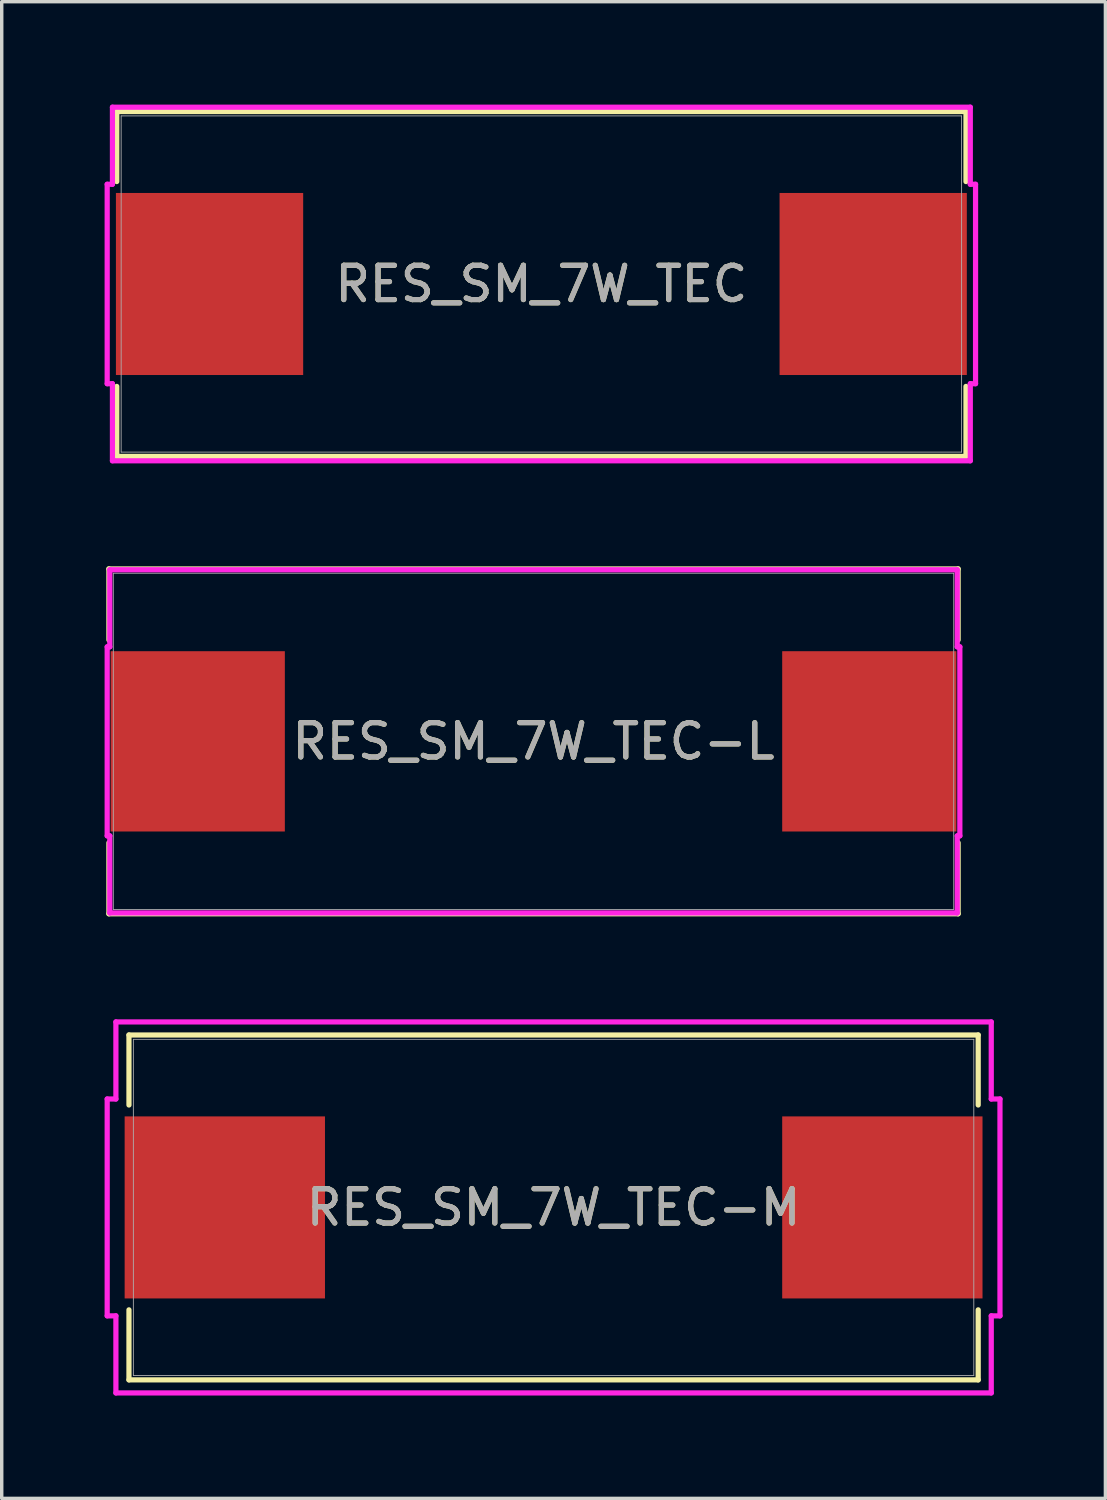
<source format=kicad_pcb>
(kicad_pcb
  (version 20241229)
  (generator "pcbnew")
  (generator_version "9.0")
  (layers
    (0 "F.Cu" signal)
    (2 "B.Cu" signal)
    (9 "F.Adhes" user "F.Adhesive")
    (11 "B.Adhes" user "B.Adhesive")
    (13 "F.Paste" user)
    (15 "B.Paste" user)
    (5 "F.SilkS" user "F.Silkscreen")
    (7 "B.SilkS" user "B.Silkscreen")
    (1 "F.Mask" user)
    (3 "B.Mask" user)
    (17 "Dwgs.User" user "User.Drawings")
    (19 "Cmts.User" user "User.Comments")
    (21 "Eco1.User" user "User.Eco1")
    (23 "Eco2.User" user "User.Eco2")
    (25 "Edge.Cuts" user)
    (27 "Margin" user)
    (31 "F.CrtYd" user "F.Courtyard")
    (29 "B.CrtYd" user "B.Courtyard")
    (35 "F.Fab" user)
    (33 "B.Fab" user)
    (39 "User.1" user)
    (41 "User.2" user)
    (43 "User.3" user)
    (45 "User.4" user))
  (footprint "RES_SM_7W_TEC"
    (layer "F.Cu")
    (at 12.738 5.232)
    (property "Reference" "RES_SM_7W_TEC" (at 0 0 0) (unlocked yes) (layer "F.SilkS") (effects (font (size 1 1) (thickness 0.15))))
    (attr smd)
    (fp_line (start -12.383 -5.029) (end -12.383 -2.987) (stroke (width 0.152) (type solid)) (layer "F.SilkS"))
    (fp_line (start -12.383 2.987) (end -12.383 5.029) (stroke (width 0.152) (type solid)) (layer "F.SilkS"))
    (fp_line (start -12.383 5.029) (end 12.383 5.029) (stroke (width 0.152) (type solid)) (layer "F.SilkS"))
    (fp_line (start 12.383 -5.029) (end -12.383 -5.029) (stroke (width 0.152) (type solid)) (layer "F.SilkS"))
    (fp_line (start 12.383 -2.987) (end 12.383 -5.029) (stroke (width 0.152) (type solid)) (layer "F.SilkS"))
    (fp_line (start 12.383 5.029) (end 12.383 2.987) (stroke (width 0.152) (type solid)) (layer "F.SilkS"))
    (fp_line (start -12.662 -2.908) (end -12.509 -2.908) (stroke (width 0.152) (type solid)) (layer "F.CrtYd"))
    (fp_line (start -12.662 2.908) (end -12.662 -2.908) (stroke (width 0.152) (type solid)) (layer "F.CrtYd"))
    (fp_line (start -12.509 -5.156) (end 12.509 -5.156) (stroke (width 0.152) (type solid)) (layer "F.CrtYd"))
    (fp_line (start -12.509 -2.908) (end -12.509 -5.156) (stroke (width 0.152) (type solid)) (layer "F.CrtYd"))
    (fp_line (start -12.509 2.908) (end -12.662 2.908) (stroke (width 0.152) (type solid)) (layer "F.CrtYd"))
    (fp_line (start -12.509 5.156) (end -12.509 2.908) (stroke (width 0.152) (type solid)) (layer "F.CrtYd"))
    (fp_line (start 12.509 -5.156) (end 12.509 -2.908) (stroke (width 0.152) (type solid)) (layer "F.CrtYd"))
    (fp_line (start 12.509 -2.908) (end 12.662 -2.908) (stroke (width 0.152) (type solid)) (layer "F.CrtYd"))
    (fp_line (start 12.509 2.908) (end 12.509 5.156) (stroke (width 0.152) (type solid)) (layer "F.CrtYd"))
    (fp_line (start 12.509 5.156) (end -12.509 5.156) (stroke (width 0.152) (type solid)) (layer "F.CrtYd"))
    (fp_line (start 12.662 -2.908) (end 12.662 2.908) (stroke (width 0.152) (type solid)) (layer "F.CrtYd"))
    (fp_line (start 12.662 2.908) (end 12.509 2.908) (stroke (width 0.152) (type solid)) (layer "F.CrtYd"))
    (fp_line (start -12.255 -4.902) (end -12.255 4.902) (stroke (width 0.025) (type solid)) (layer "F.Fab"))
    (fp_line (start -12.255 4.902) (end 12.255 4.902) (stroke (width 0.025) (type solid)) (layer "F.Fab"))
    (fp_line (start 12.255 -4.902) (end -12.255 -4.902) (stroke (width 0.025) (type solid)) (layer "F.Fab"))
    (fp_line (start 12.255 4.902) (end 12.255 -4.902) (stroke (width 0.025) (type solid)) (layer "F.Fab"))
    (fp_text user "${REFERENCE}" (at 0 0 0) (unlocked yes) (layer "F.Fab") (effects (font (size 1 1) (thickness 0.15))))
    (pad "1" smd rect (at -9.677 0 90) (size 5.309 5.461) (layers "F.Cu" "F.Mask" "F.Paste"))
    (pad "2" smd rect (at 9.677 0 90) (size 5.309 5.461) (layers "F.Cu" "F.Mask" "F.Paste"))
    (zone (net_name "") (layer "F.Cu") (hatch full 0.508) (connect_pads) (min_thickness 0.254) (filled_areas_thickness no) (keepout (tracks not_allowed) (vias not_allowed) (pads allowed) (copperpour not_allowed) (footprints allowed)) (placement (enabled no)) (fill) (polygon (pts (xy 0.533 0.381) (xy 24.943 0.381) (xy 24.943 2.527) (xy 0.533 2.527))))
    (zone (net_name "") (layer "F.Cu") (hatch full 0.508) (connect_pads) (min_thickness 0.254) (filled_areas_thickness no) (keepout (tracks not_allowed) (vias not_allowed) (pads allowed) (copperpour not_allowed) (footprints allowed)) (placement (enabled no)) (fill) (polygon (pts (xy 0.533 7.938) (xy 24.943 7.938) (xy 24.943 10.084) (xy 0.533 10.084))))
    (zone (net_name "") (layer "F.Cu") (hatch full 0.508) (connect_pads) (min_thickness 0.254) (filled_areas_thickness no) (keepout (tracks not_allowed) (vias not_allowed) (pads allowed) (copperpour not_allowed) (footprints allowed)) (placement (enabled no)) (fill) (polygon (pts (xy 5.842 2.527) (xy 19.634 2.527) (xy 19.634 7.938) (xy 5.842 7.938)))))
  (footprint "RES_SM_7W_TEC-M"
    (layer "F.Cu")
    (at 13.094 32.162)
    (property "Reference" "RES_SM_7W_TEC-M" (at 0 0 0) (unlocked yes) (layer "F.SilkS") (effects (font (size 1 1) (thickness 0.15))))
    (attr smd)
    (fp_line (start -12.383 -5.029) (end -12.383 -2.987) (stroke (width 0.152) (type solid)) (layer "F.SilkS"))
    (fp_line (start -12.383 2.987) (end -12.383 5.029) (stroke (width 0.152) (type solid)) (layer "F.SilkS"))
    (fp_line (start -12.383 5.029) (end 12.383 5.029) (stroke (width 0.152) (type solid)) (layer "F.SilkS"))
    (fp_line (start 12.383 -5.029) (end -12.383 -5.029) (stroke (width 0.152) (type solid)) (layer "F.SilkS"))
    (fp_line (start 12.383 -2.987) (end 12.383 -5.029) (stroke (width 0.152) (type solid)) (layer "F.SilkS"))
    (fp_line (start 12.383 5.029) (end 12.383 2.987) (stroke (width 0.152) (type solid)) (layer "F.SilkS"))
    (fp_line (start -13.018 -3.162) (end -12.764 -3.162) (stroke (width 0.152) (type solid)) (layer "F.CrtYd"))
    (fp_line (start -13.018 3.162) (end -13.018 -3.162) (stroke (width 0.152) (type solid)) (layer "F.CrtYd"))
    (fp_line (start -12.764 -5.41) (end 12.764 -5.41) (stroke (width 0.152) (type solid)) (layer "F.CrtYd"))
    (fp_line (start -12.764 -3.162) (end -12.764 -5.41) (stroke (width 0.152) (type solid)) (layer "F.CrtYd"))
    (fp_line (start -12.764 3.162) (end -13.018 3.162) (stroke (width 0.152) (type solid)) (layer "F.CrtYd"))
    (fp_line (start -12.764 5.41) (end -12.764 3.162) (stroke (width 0.152) (type solid)) (layer "F.CrtYd"))
    (fp_line (start 12.764 -5.41) (end 12.764 -3.162) (stroke (width 0.152) (type solid)) (layer "F.CrtYd"))
    (fp_line (start 12.764 -3.162) (end 13.018 -3.162) (stroke (width 0.152) (type solid)) (layer "F.CrtYd"))
    (fp_line (start 12.764 3.162) (end 12.764 5.41) (stroke (width 0.152) (type solid)) (layer "F.CrtYd"))
    (fp_line (start 12.764 5.41) (end -12.764 5.41) (stroke (width 0.152) (type solid)) (layer "F.CrtYd"))
    (fp_line (start 13.018 -3.162) (end 13.018 3.162) (stroke (width 0.152) (type solid)) (layer "F.CrtYd"))
    (fp_line (start 13.018 3.162) (end 12.764 3.162) (stroke (width 0.152) (type solid)) (layer "F.CrtYd"))
    (fp_line (start -12.255 -4.902) (end -12.255 4.902) (stroke (width 0.025) (type solid)) (layer "F.Fab"))
    (fp_line (start -12.255 4.902) (end 12.255 4.902) (stroke (width 0.025) (type solid)) (layer "F.Fab"))
    (fp_line (start 12.255 -4.902) (end -12.255 -4.902) (stroke (width 0.025) (type solid)) (layer "F.Fab"))
    (fp_line (start 12.255 4.902) (end 12.255 -4.902) (stroke (width 0.025) (type solid)) (layer "F.Fab"))
    (fp_text user "${REFERENCE}" (at 0 0 0) (unlocked yes) (layer "F.Fab") (effects (font (size 1 1) (thickness 0.15))))
    (pad "1" smd rect (at -9.588 0 90) (size 5.309 5.842) (layers "F.Cu" "F.Mask" "F.Paste"))
    (pad "2" smd rect (at 9.588 0 90) (size 5.309 5.842) (layers "F.Cu" "F.Mask" "F.Paste"))
    (zone (net_name "") (layer "F.Cu") (hatch full 0.508) (connect_pads) (min_thickness 0.254) (filled_areas_thickness no) (keepout (tracks not_allowed) (vias not_allowed) (pads allowed) (copperpour not_allowed) (footprints allowed)) (placement (enabled no)) (fill) (polygon (pts (xy 0.889 27.311) (xy 25.298 27.311) (xy 25.298 29.457) (xy 0.889 29.457))))
    (zone (net_name "") (layer "F.Cu") (hatch full 0.508) (connect_pads) (min_thickness 0.254) (filled_areas_thickness no) (keepout (tracks not_allowed) (vias not_allowed) (pads allowed) (copperpour not_allowed) (footprints allowed)) (placement (enabled no)) (fill) (polygon (pts (xy 0.889 34.867) (xy 25.298 34.867) (xy 25.298 37.013) (xy 0.889 37.013))))
    (zone (net_name "") (layer "F.Cu") (hatch full 0.508) (connect_pads) (min_thickness 0.254) (filled_areas_thickness no) (keepout (tracks not_allowed) (vias not_allowed) (pads allowed) (copperpour not_allowed) (footprints allowed)) (placement (enabled no)) (fill) (polygon (pts (xy 6.477 29.457) (xy 19.71 29.457) (xy 19.71 34.867) (xy 6.477 34.867)))))
  (footprint "RES_SM_7W_TEC-L"
    (layer "F.Cu")
    (at 12.509 18.57)
    (property "Reference" "RES_SM_7W_TEC-L" (at 0 0 0) (unlocked yes) (layer "F.SilkS") (effects (font (size 1 1) (thickness 0.15))))
    (attr smd)
    (fp_line (start -12.383 -5.029) (end -12.383 -2.958) (stroke (width 0.152) (type solid)) (layer "F.SilkS"))
    (fp_line (start -12.383 2.958) (end -12.383 5.029) (stroke (width 0.152) (type solid)) (layer "F.SilkS"))
    (fp_line (start -12.383 5.029) (end 12.383 5.029) (stroke (width 0.152) (type solid)) (layer "F.SilkS"))
    (fp_line (start 12.383 -5.029) (end -12.383 -5.029) (stroke (width 0.152) (type solid)) (layer "F.SilkS"))
    (fp_line (start 12.383 -2.958) (end 12.383 -5.029) (stroke (width 0.152) (type solid)) (layer "F.SilkS"))
    (fp_line (start 12.383 5.029) (end 12.383 2.958) (stroke (width 0.152) (type solid)) (layer "F.SilkS"))
    (fp_line (start -12.433 -2.756) (end -12.357 -2.756) (stroke (width 0.152) (type solid)) (layer "F.CrtYd"))
    (fp_line (start -12.433 2.756) (end -12.433 -2.756) (stroke (width 0.152) (type solid)) (layer "F.CrtYd"))
    (fp_line (start -12.357 -5.004) (end 12.357 -5.004) (stroke (width 0.152) (type solid)) (layer "F.CrtYd"))
    (fp_line (start -12.357 -2.756) (end -12.357 -5.004) (stroke (width 0.152) (type solid)) (layer "F.CrtYd"))
    (fp_line (start -12.357 2.756) (end -12.433 2.756) (stroke (width 0.152) (type solid)) (layer "F.CrtYd"))
    (fp_line (start -12.357 5.004) (end -12.357 2.756) (stroke (width 0.152) (type solid)) (layer "F.CrtYd"))
    (fp_line (start 12.357 -5.004) (end 12.357 -2.756) (stroke (width 0.152) (type solid)) (layer "F.CrtYd"))
    (fp_line (start 12.357 -2.756) (end 12.433 -2.756) (stroke (width 0.152) (type solid)) (layer "F.CrtYd"))
    (fp_line (start 12.357 2.756) (end 12.357 5.004) (stroke (width 0.152) (type solid)) (layer "F.CrtYd"))
    (fp_line (start 12.357 5.004) (end -12.357 5.004) (stroke (width 0.152) (type solid)) (layer "F.CrtYd"))
    (fp_line (start 12.433 -2.756) (end 12.433 2.756) (stroke (width 0.152) (type solid)) (layer "F.CrtYd"))
    (fp_line (start 12.433 2.756) (end 12.357 2.756) (stroke (width 0.152) (type solid)) (layer "F.CrtYd"))
    (fp_line (start -12.255 -4.902) (end -12.255 4.902) (stroke (width 0.025) (type solid)) (layer "F.Fab"))
    (fp_line (start -12.255 4.902) (end 12.255 4.902) (stroke (width 0.025) (type solid)) (layer "F.Fab"))
    (fp_line (start 12.255 -4.902) (end -12.255 -4.902) (stroke (width 0.025) (type solid)) (layer "F.Fab"))
    (fp_line (start 12.255 4.902) (end 12.255 -4.902) (stroke (width 0.025) (type solid)) (layer "F.Fab"))
    (fp_text user "${REFERENCE}" (at 0 0 0) (unlocked yes) (layer "F.Fab") (effects (font (size 1 1) (thickness 0.15))))
    (pad "1" smd rect (at -9.792 0 90) (size 5.258 5.08) (layers "F.Cu" "F.Mask" "F.Paste"))
    (pad "2" smd rect (at 9.792 0 90) (size 5.258 5.08) (layers "F.Cu" "F.Mask" "F.Paste"))
    (zone (net_name "") (layer "F.Cu") (hatch full 0.508) (connect_pads) (min_thickness 0.254) (filled_areas_thickness no) (keepout (tracks not_allowed) (vias not_allowed) (pads allowed) (copperpour not_allowed) (footprints allowed)) (placement (enabled no)) (fill) (polygon (pts (xy 0.305 13.719) (xy 24.714 13.719) (xy 24.714 15.865) (xy 0.305 15.865))))
    (zone (net_name "") (layer "F.Cu") (hatch full 0.508) (connect_pads) (min_thickness 0.254) (filled_areas_thickness no) (keepout (tracks not_allowed) (vias not_allowed) (pads allowed) (copperpour not_allowed) (footprints allowed)) (placement (enabled no)) (fill) (polygon (pts (xy 0.305 21.275) (xy 24.714 21.275) (xy 24.714 23.422) (xy 0.305 23.422))))
    (zone (net_name "") (layer "F.Cu") (hatch full 0.508) (connect_pads) (min_thickness 0.254) (filled_areas_thickness no) (keepout (tracks not_allowed) (vias not_allowed) (pads allowed) (copperpour not_allowed) (footprints allowed)) (placement (enabled no)) (fill) (polygon (pts (xy 5.309 15.865) (xy 19.71 15.865) (xy 19.71 21.275) (xy 5.309 21.275)))))
  (gr_rect
    (start -3 -3)
    (end 29.187 40.648)
    (stroke (width 0.1) (type default))
    (fill no)
    (layer "Edge.Cuts")))
</source>
